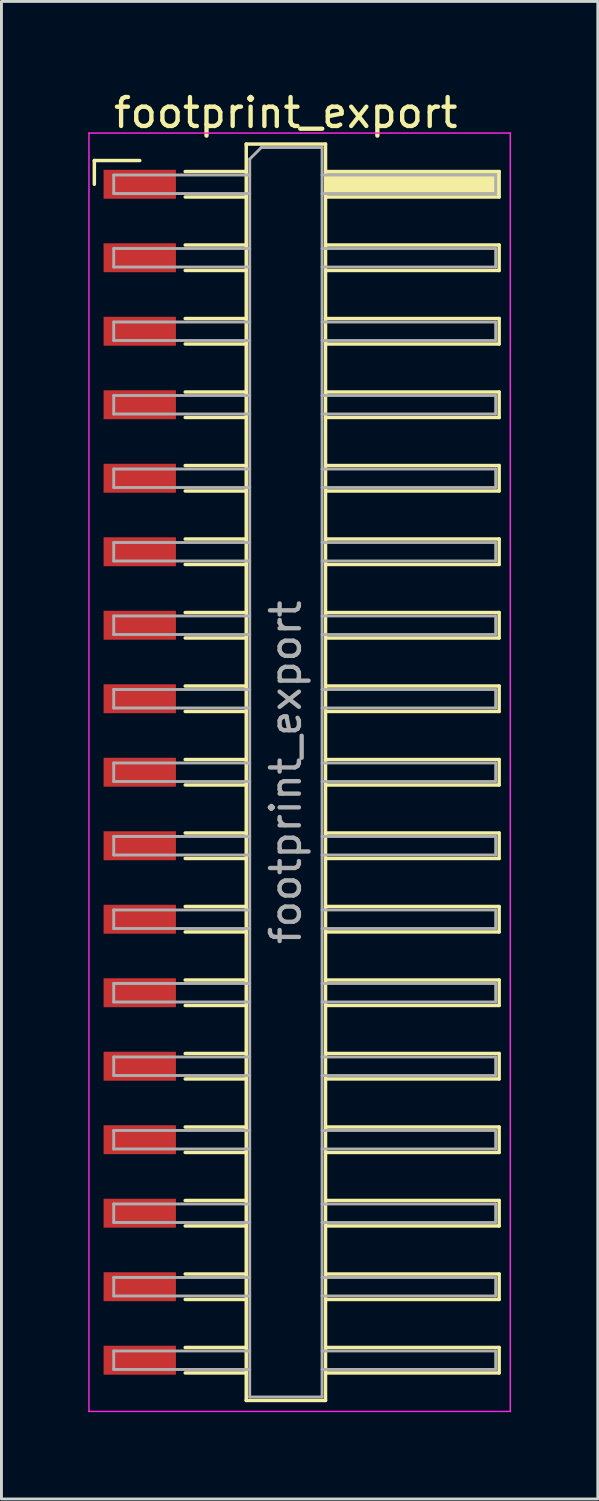
<source format=kicad_pcb>
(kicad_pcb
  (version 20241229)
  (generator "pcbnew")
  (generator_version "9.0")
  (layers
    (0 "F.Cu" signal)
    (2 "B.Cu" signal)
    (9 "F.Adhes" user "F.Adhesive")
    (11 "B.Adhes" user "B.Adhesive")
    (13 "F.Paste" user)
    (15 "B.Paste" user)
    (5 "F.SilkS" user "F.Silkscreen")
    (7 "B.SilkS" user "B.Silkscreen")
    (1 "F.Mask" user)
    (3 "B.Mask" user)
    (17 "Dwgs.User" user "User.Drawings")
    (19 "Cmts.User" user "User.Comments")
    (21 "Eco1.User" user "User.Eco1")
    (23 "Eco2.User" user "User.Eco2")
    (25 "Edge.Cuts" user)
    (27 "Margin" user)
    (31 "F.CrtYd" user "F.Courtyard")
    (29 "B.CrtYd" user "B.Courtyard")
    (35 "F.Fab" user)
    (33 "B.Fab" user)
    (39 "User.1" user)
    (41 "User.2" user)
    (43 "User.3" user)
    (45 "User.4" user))
  (footprint "footprint_export"
    (layer "F.Cu")
    (at 7.305 23.638)
    (property "Reference" "footprint_export" (at -0.48 -22.79 0) (layer "F.SilkS") (effects (font (size 1 1) (thickness 0.15))))
    (attr smd)
    (fp_line (start -7.095 -21.14) (end -5.525 -21.14) (stroke (width 0.12) (type solid)) (layer "F.SilkS"))
    (fp_line (start -7.095 -20.32) (end -7.095 -21.14) (stroke (width 0.12) (type solid)) (layer "F.SilkS"))
    (fp_line (start -3.955 -20.76) (end -1.845 -20.76) (stroke (width 0.12) (type solid)) (layer "F.SilkS"))
    (fp_line (start -3.955 -19.88) (end -1.845 -19.88) (stroke (width 0.12) (type solid)) (layer "F.SilkS"))
    (fp_line (start -3.955 -18.22) (end -1.845 -18.22) (stroke (width 0.12) (type solid)) (layer "F.SilkS"))
    (fp_line (start -3.955 -17.34) (end -1.845 -17.34) (stroke (width 0.12) (type solid)) (layer "F.SilkS"))
    (fp_line (start -3.955 -15.68) (end -1.845 -15.68) (stroke (width 0.12) (type solid)) (layer "F.SilkS"))
    (fp_line (start -3.955 -14.8) (end -1.845 -14.8) (stroke (width 0.12) (type solid)) (layer "F.SilkS"))
    (fp_line (start -3.955 -13.14) (end -1.845 -13.14) (stroke (width 0.12) (type solid)) (layer "F.SilkS"))
    (fp_line (start -3.955 -12.26) (end -1.845 -12.26) (stroke (width 0.12) (type solid)) (layer "F.SilkS"))
    (fp_line (start -3.955 -10.6) (end -1.845 -10.6) (stroke (width 0.12) (type solid)) (layer "F.SilkS"))
    (fp_line (start -3.955 -9.72) (end -1.845 -9.72) (stroke (width 0.12) (type solid)) (layer "F.SilkS"))
    (fp_line (start -3.955 -8.06) (end -1.845 -8.06) (stroke (width 0.12) (type solid)) (layer "F.SilkS"))
    (fp_line (start -3.955 -7.18) (end -1.845 -7.18) (stroke (width 0.12) (type solid)) (layer "F.SilkS"))
    (fp_line (start -3.955 -5.52) (end -1.845 -5.52) (stroke (width 0.12) (type solid)) (layer "F.SilkS"))
    (fp_line (start -3.955 -4.64) (end -1.845 -4.64) (stroke (width 0.12) (type solid)) (layer "F.SilkS"))
    (fp_line (start -3.955 -2.98) (end -1.845 -2.98) (stroke (width 0.12) (type solid)) (layer "F.SilkS"))
    (fp_line (start -3.955 -2.1) (end -1.845 -2.1) (stroke (width 0.12) (type solid)) (layer "F.SilkS"))
    (fp_line (start -3.955 -0.44) (end -1.845 -0.44) (stroke (width 0.12) (type solid)) (layer "F.SilkS"))
    (fp_line (start -3.955 0.44) (end -1.845 0.44) (stroke (width 0.12) (type solid)) (layer "F.SilkS"))
    (fp_line (start -3.955 2.1) (end -1.845 2.1) (stroke (width 0.12) (type solid)) (layer "F.SilkS"))
    (fp_line (start -3.955 2.98) (end -1.845 2.98) (stroke (width 0.12) (type solid)) (layer "F.SilkS"))
    (fp_line (start -3.955 4.64) (end -1.845 4.64) (stroke (width 0.12) (type solid)) (layer "F.SilkS"))
    (fp_line (start -3.955 5.52) (end -1.845 5.52) (stroke (width 0.12) (type solid)) (layer "F.SilkS"))
    (fp_line (start -3.955 7.18) (end -1.845 7.18) (stroke (width 0.12) (type solid)) (layer "F.SilkS"))
    (fp_line (start -3.955 8.06) (end -1.845 8.06) (stroke (width 0.12) (type solid)) (layer "F.SilkS"))
    (fp_line (start -3.955 9.72) (end -1.845 9.72) (stroke (width 0.12) (type solid)) (layer "F.SilkS"))
    (fp_line (start -3.955 10.6) (end -1.845 10.6) (stroke (width 0.12) (type solid)) (layer "F.SilkS"))
    (fp_line (start -3.955 12.26) (end -1.845 12.26) (stroke (width 0.12) (type solid)) (layer "F.SilkS"))
    (fp_line (start -3.955 13.14) (end -1.845 13.14) (stroke (width 0.12) (type solid)) (layer "F.SilkS"))
    (fp_line (start -3.955 14.8) (end -1.845 14.8) (stroke (width 0.12) (type solid)) (layer "F.SilkS"))
    (fp_line (start -3.955 15.68) (end -1.845 15.68) (stroke (width 0.12) (type solid)) (layer "F.SilkS"))
    (fp_line (start -3.955 17.34) (end -1.845 17.34) (stroke (width 0.12) (type solid)) (layer "F.SilkS"))
    (fp_line (start -3.955 18.22) (end -1.845 18.22) (stroke (width 0.12) (type solid)) (layer "F.SilkS"))
    (fp_line (start -3.955 19.88) (end -1.845 19.88) (stroke (width 0.12) (type solid)) (layer "F.SilkS"))
    (fp_line (start -3.955 20.76) (end -1.845 20.76) (stroke (width 0.12) (type solid)) (layer "F.SilkS"))
    (fp_line (start -1.845 -21.71) (end 0.895 -21.71) (stroke (width 0.12) (type solid)) (layer "F.SilkS"))
    (fp_line (start -1.845 21.71) (end -1.845 -21.71) (stroke (width 0.12) (type solid)) (layer "F.SilkS"))
    (fp_line (start 0.895 -21.71) (end 0.895 21.71) (stroke (width 0.12) (type solid)) (layer "F.SilkS"))
    (fp_line (start 0.895 -20.76) (end 6.895 -20.76) (stroke (width 0.12) (type solid)) (layer "F.SilkS"))
    (fp_line (start 0.895 -18.22) (end 6.895 -18.22) (stroke (width 0.12) (type solid)) (layer "F.SilkS"))
    (fp_line (start 0.895 -15.68) (end 6.895 -15.68) (stroke (width 0.12) (type solid)) (layer "F.SilkS"))
    (fp_line (start 0.895 -13.14) (end 6.895 -13.14) (stroke (width 0.12) (type solid)) (layer "F.SilkS"))
    (fp_line (start 0.895 -10.6) (end 6.895 -10.6) (stroke (width 0.12) (type solid)) (layer "F.SilkS"))
    (fp_line (start 0.895 -8.06) (end 6.895 -8.06) (stroke (width 0.12) (type solid)) (layer "F.SilkS"))
    (fp_line (start 0.895 -5.52) (end 6.895 -5.52) (stroke (width 0.12) (type solid)) (layer "F.SilkS"))
    (fp_line (start 0.895 -2.98) (end 6.895 -2.98) (stroke (width 0.12) (type solid)) (layer "F.SilkS"))
    (fp_line (start 0.895 -0.44) (end 6.895 -0.44) (stroke (width 0.12) (type solid)) (layer "F.SilkS"))
    (fp_line (start 0.895 2.1) (end 6.895 2.1) (stroke (width 0.12) (type solid)) (layer "F.SilkS"))
    (fp_line (start 0.895 4.64) (end 6.895 4.64) (stroke (width 0.12) (type solid)) (layer "F.SilkS"))
    (fp_line (start 0.895 7.18) (end 6.895 7.18) (stroke (width 0.12) (type solid)) (layer "F.SilkS"))
    (fp_line (start 0.895 9.72) (end 6.895 9.72) (stroke (width 0.12) (type solid)) (layer "F.SilkS"))
    (fp_line (start 0.895 12.26) (end 6.895 12.26) (stroke (width 0.12) (type solid)) (layer "F.SilkS"))
    (fp_line (start 0.895 14.8) (end 6.895 14.8) (stroke (width 0.12) (type solid)) (layer "F.SilkS"))
    (fp_line (start 0.895 17.34) (end 6.895 17.34) (stroke (width 0.12) (type solid)) (layer "F.SilkS"))
    (fp_line (start 0.895 19.88) (end 6.895 19.88) (stroke (width 0.12) (type solid)) (layer "F.SilkS"))
    (fp_line (start 0.895 21.71) (end -1.845 21.71) (stroke (width 0.12) (type solid)) (layer "F.SilkS"))
    (fp_line (start 6.895 -20.76) (end 6.895 -19.88) (stroke (width 0.12) (type solid)) (layer "F.SilkS"))
    (fp_line (start 6.895 -19.88) (end 0.895 -19.88) (stroke (width 0.12) (type solid)) (layer "F.SilkS"))
    (fp_line (start 6.895 -18.22) (end 6.895 -17.34) (stroke (width 0.12) (type solid)) (layer "F.SilkS"))
    (fp_line (start 6.895 -17.34) (end 0.895 -17.34) (stroke (width 0.12) (type solid)) (layer "F.SilkS"))
    (fp_line (start 6.895 -15.68) (end 6.895 -14.8) (stroke (width 0.12) (type solid)) (layer "F.SilkS"))
    (fp_line (start 6.895 -14.8) (end 0.895 -14.8) (stroke (width 0.12) (type solid)) (layer "F.SilkS"))
    (fp_line (start 6.895 -13.14) (end 6.895 -12.26) (stroke (width 0.12) (type solid)) (layer "F.SilkS"))
    (fp_line (start 6.895 -12.26) (end 0.895 -12.26) (stroke (width 0.12) (type solid)) (layer "F.SilkS"))
    (fp_line (start 6.895 -10.6) (end 6.895 -9.72) (stroke (width 0.12) (type solid)) (layer "F.SilkS"))
    (fp_line (start 6.895 -9.72) (end 0.895 -9.72) (stroke (width 0.12) (type solid)) (layer "F.SilkS"))
    (fp_line (start 6.895 -8.06) (end 6.895 -7.18) (stroke (width 0.12) (type solid)) (layer "F.SilkS"))
    (fp_line (start 6.895 -7.18) (end 0.895 -7.18) (stroke (width 0.12) (type solid)) (layer "F.SilkS"))
    (fp_line (start 6.895 -5.52) (end 6.895 -4.64) (stroke (width 0.12) (type solid)) (layer "F.SilkS"))
    (fp_line (start 6.895 -4.64) (end 0.895 -4.64) (stroke (width 0.12) (type solid)) (layer "F.SilkS"))
    (fp_line (start 6.895 -2.98) (end 6.895 -2.1) (stroke (width 0.12) (type solid)) (layer "F.SilkS"))
    (fp_line (start 6.895 -2.1) (end 0.895 -2.1) (stroke (width 0.12) (type solid)) (layer "F.SilkS"))
    (fp_line (start 6.895 -0.44) (end 6.895 0.44) (stroke (width 0.12) (type solid)) (layer "F.SilkS"))
    (fp_line (start 6.895 0.44) (end 0.895 0.44) (stroke (width 0.12) (type solid)) (layer "F.SilkS"))
    (fp_line (start 6.895 2.1) (end 6.895 2.98) (stroke (width 0.12) (type solid)) (layer "F.SilkS"))
    (fp_line (start 6.895 2.98) (end 0.895 2.98) (stroke (width 0.12) (type solid)) (layer "F.SilkS"))
    (fp_line (start 6.895 4.64) (end 6.895 5.52) (stroke (width 0.12) (type solid)) (layer "F.SilkS"))
    (fp_line (start 6.895 5.52) (end 0.895 5.52) (stroke (width 0.12) (type solid)) (layer "F.SilkS"))
    (fp_line (start 6.895 7.18) (end 6.895 8.06) (stroke (width 0.12) (type solid)) (layer "F.SilkS"))
    (fp_line (start 6.895 8.06) (end 0.895 8.06) (stroke (width 0.12) (type solid)) (layer "F.SilkS"))
    (fp_line (start 6.895 9.72) (end 6.895 10.6) (stroke (width 0.12) (type solid)) (layer "F.SilkS"))
    (fp_line (start 6.895 10.6) (end 0.895 10.6) (stroke (width 0.12) (type solid)) (layer "F.SilkS"))
    (fp_line (start 6.895 12.26) (end 6.895 13.14) (stroke (width 0.12) (type solid)) (layer "F.SilkS"))
    (fp_line (start 6.895 13.14) (end 0.895 13.14) (stroke (width 0.12) (type solid)) (layer "F.SilkS"))
    (fp_line (start 6.895 14.8) (end 6.895 15.68) (stroke (width 0.12) (type solid)) (layer "F.SilkS"))
    (fp_line (start 6.895 15.68) (end 0.895 15.68) (stroke (width 0.12) (type solid)) (layer "F.SilkS"))
    (fp_line (start 6.895 17.34) (end 6.895 18.22) (stroke (width 0.12) (type solid)) (layer "F.SilkS"))
    (fp_line (start 6.895 18.22) (end 0.895 18.22) (stroke (width 0.12) (type solid)) (layer "F.SilkS"))
    (fp_line (start 6.895 19.88) (end 6.895 20.76) (stroke (width 0.12) (type solid)) (layer "F.SilkS"))
    (fp_line (start 6.895 20.76) (end 0.895 20.76) (stroke (width 0.12) (type solid)) (layer "F.SilkS"))
    (fp_line (start -7.28 -22.09) (end 7.28 -22.09) (stroke (width 0.05) (type solid)) (layer "F.CrtYd"))
    (fp_line (start -7.28 22.09) (end -7.28 -22.09) (stroke (width 0.05) (type solid)) (layer "F.CrtYd"))
    (fp_line (start 7.28 -22.09) (end 7.28 22.09) (stroke (width 0.05) (type solid)) (layer "F.CrtYd"))
    (fp_line (start 7.28 22.09) (end -7.28 22.09) (stroke (width 0.05) (type solid)) (layer "F.CrtYd"))
    (fp_line (start -6.425 -20.64) (end -6.425 -20) (stroke (width 0.1) (type solid)) (layer "F.Fab"))
    (fp_line (start -6.425 -20) (end -1.725 -20) (stroke (width 0.1) (type solid)) (layer "F.Fab"))
    (fp_line (start -6.425 -18.1) (end -6.425 -17.46) (stroke (width 0.1) (type solid)) (layer "F.Fab"))
    (fp_line (start -6.425 -17.46) (end -1.725 -17.46) (stroke (width 0.1) (type solid)) (layer "F.Fab"))
    (fp_line (start -6.425 -15.56) (end -6.425 -14.92) (stroke (width 0.1) (type solid)) (layer "F.Fab"))
    (fp_line (start -6.425 -14.92) (end -1.725 -14.92) (stroke (width 0.1) (type solid)) (layer "F.Fab"))
    (fp_line (start -6.425 -13.02) (end -6.425 -12.38) (stroke (width 0.1) (type solid)) (layer "F.Fab"))
    (fp_line (start -6.425 -12.38) (end -1.725 -12.38) (stroke (width 0.1) (type solid)) (layer "F.Fab"))
    (fp_line (start -6.425 -10.48) (end -6.425 -9.84) (stroke (width 0.1) (type solid)) (layer "F.Fab"))
    (fp_line (start -6.425 -9.84) (end -1.725 -9.84) (stroke (width 0.1) (type solid)) (layer "F.Fab"))
    (fp_line (start -6.425 -7.94) (end -6.425 -7.3) (stroke (width 0.1) (type solid)) (layer "F.Fab"))
    (fp_line (start -6.425 -7.3) (end -1.725 -7.3) (stroke (width 0.1) (type solid)) (layer "F.Fab"))
    (fp_line (start -6.425 -5.4) (end -6.425 -4.76) (stroke (width 0.1) (type solid)) (layer "F.Fab"))
    (fp_line (start -6.425 -4.76) (end -1.725 -4.76) (stroke (width 0.1) (type solid)) (layer "F.Fab"))
    (fp_line (start -6.425 -2.86) (end -6.425 -2.22) (stroke (width 0.1) (type solid)) (layer "F.Fab"))
    (fp_line (start -6.425 -2.22) (end -1.725 -2.22) (stroke (width 0.1) (type solid)) (layer "F.Fab"))
    (fp_line (start -6.425 -0.32) (end -6.425 0.32) (stroke (width 0.1) (type solid)) (layer "F.Fab"))
    (fp_line (start -6.425 0.32) (end -1.725 0.32) (stroke (width 0.1) (type solid)) (layer "F.Fab"))
    (fp_line (start -6.425 2.22) (end -6.425 2.86) (stroke (width 0.1) (type solid)) (layer "F.Fab"))
    (fp_line (start -6.425 2.86) (end -1.725 2.86) (stroke (width 0.1) (type solid)) (layer "F.Fab"))
    (fp_line (start -6.425 4.76) (end -6.425 5.4) (stroke (width 0.1) (type solid)) (layer "F.Fab"))
    (fp_line (start -6.425 5.4) (end -1.725 5.4) (stroke (width 0.1) (type solid)) (layer "F.Fab"))
    (fp_line (start -6.425 7.3) (end -6.425 7.94) (stroke (width 0.1) (type solid)) (layer "F.Fab"))
    (fp_line (start -6.425 7.94) (end -1.725 7.94) (stroke (width 0.1) (type solid)) (layer "F.Fab"))
    (fp_line (start -6.425 9.84) (end -6.425 10.48) (stroke (width 0.1) (type solid)) (layer "F.Fab"))
    (fp_line (start -6.425 10.48) (end -1.725 10.48) (stroke (width 0.1) (type solid)) (layer "F.Fab"))
    (fp_line (start -6.425 12.38) (end -6.425 13.02) (stroke (width 0.1) (type solid)) (layer "F.Fab"))
    (fp_line (start -6.425 13.02) (end -1.725 13.02) (stroke (width 0.1) (type solid)) (layer "F.Fab"))
    (fp_line (start -6.425 14.92) (end -6.425 15.56) (stroke (width 0.1) (type solid)) (layer "F.Fab"))
    (fp_line (start -6.425 15.56) (end -1.725 15.56) (stroke (width 0.1) (type solid)) (layer "F.Fab"))
    (fp_line (start -6.425 17.46) (end -6.425 18.1) (stroke (width 0.1) (type solid)) (layer "F.Fab"))
    (fp_line (start -6.425 18.1) (end -1.725 18.1) (stroke (width 0.1) (type solid)) (layer "F.Fab"))
    (fp_line (start -6.425 20) (end -6.425 20.64) (stroke (width 0.1) (type solid)) (layer "F.Fab"))
    (fp_line (start -6.425 20.64) (end -1.725 20.64) (stroke (width 0.1) (type solid)) (layer "F.Fab"))
    (fp_line (start -1.725 -21.19) (end -1.325 -21.59) (stroke (width 0.1) (type solid)) (layer "F.Fab"))
    (fp_line (start -1.725 -20.64) (end -6.425 -20.64) (stroke (width 0.1) (type solid)) (layer "F.Fab"))
    (fp_line (start -1.725 -18.1) (end -6.425 -18.1) (stroke (width 0.1) (type solid)) (layer "F.Fab"))
    (fp_line (start -1.725 -15.56) (end -6.425 -15.56) (stroke (width 0.1) (type solid)) (layer "F.Fab"))
    (fp_line (start -1.725 -13.02) (end -6.425 -13.02) (stroke (width 0.1) (type solid)) (layer "F.Fab"))
    (fp_line (start -1.725 -10.48) (end -6.425 -10.48) (stroke (width 0.1) (type solid)) (layer "F.Fab"))
    (fp_line (start -1.725 -7.94) (end -6.425 -7.94) (stroke (width 0.1) (type solid)) (layer "F.Fab"))
    (fp_line (start -1.725 -5.4) (end -6.425 -5.4) (stroke (width 0.1) (type solid)) (layer "F.Fab"))
    (fp_line (start -1.725 -2.86) (end -6.425 -2.86) (stroke (width 0.1) (type solid)) (layer "F.Fab"))
    (fp_line (start -1.725 -0.32) (end -6.425 -0.32) (stroke (width 0.1) (type solid)) (layer "F.Fab"))
    (fp_line (start -1.725 2.22) (end -6.425 2.22) (stroke (width 0.1) (type solid)) (layer "F.Fab"))
    (fp_line (start -1.725 4.76) (end -6.425 4.76) (stroke (width 0.1) (type solid)) (layer "F.Fab"))
    (fp_line (start -1.725 7.3) (end -6.425 7.3) (stroke (width 0.1) (type solid)) (layer "F.Fab"))
    (fp_line (start -1.725 9.84) (end -6.425 9.84) (stroke (width 0.1) (type solid)) (layer "F.Fab"))
    (fp_line (start -1.725 12.38) (end -6.425 12.38) (stroke (width 0.1) (type solid)) (layer "F.Fab"))
    (fp_line (start -1.725 14.92) (end -6.425 14.92) (stroke (width 0.1) (type solid)) (layer "F.Fab"))
    (fp_line (start -1.725 17.46) (end -6.425 17.46) (stroke (width 0.1) (type solid)) (layer "F.Fab"))
    (fp_line (start -1.725 20) (end -6.425 20) (stroke (width 0.1) (type solid)) (layer "F.Fab"))
    (fp_line (start -1.725 21.59) (end -1.725 -21.19) (stroke (width 0.1) (type solid)) (layer "F.Fab"))
    (fp_line (start -1.325 -21.59) (end 0.775 -21.59) (stroke (width 0.1) (type solid)) (layer "F.Fab"))
    (fp_line (start 0.775 -21.59) (end 0.775 21.59) (stroke (width 0.1) (type solid)) (layer "F.Fab"))
    (fp_line (start 0.775 -20.64) (end 6.775 -20.64) (stroke (width 0.1) (type solid)) (layer "F.Fab"))
    (fp_line (start 0.775 -18.1) (end 6.775 -18.1) (stroke (width 0.1) (type solid)) (layer "F.Fab"))
    (fp_line (start 0.775 -15.56) (end 6.775 -15.56) (stroke (width 0.1) (type solid)) (layer "F.Fab"))
    (fp_line (start 0.775 -13.02) (end 6.775 -13.02) (stroke (width 0.1) (type solid)) (layer "F.Fab"))
    (fp_line (start 0.775 -10.48) (end 6.775 -10.48) (stroke (width 0.1) (type solid)) (layer "F.Fab"))
    (fp_line (start 0.775 -7.94) (end 6.775 -7.94) (stroke (width 0.1) (type solid)) (layer "F.Fab"))
    (fp_line (start 0.775 -5.4) (end 6.775 -5.4) (stroke (width 0.1) (type solid)) (layer "F.Fab"))
    (fp_line (start 0.775 -2.86) (end 6.775 -2.86) (stroke (width 0.1) (type solid)) (layer "F.Fab"))
    (fp_line (start 0.775 -0.32) (end 6.775 -0.32) (stroke (width 0.1) (type solid)) (layer "F.Fab"))
    (fp_line (start 0.775 2.22) (end 6.775 2.22) (stroke (width 0.1) (type solid)) (layer "F.Fab"))
    (fp_line (start 0.775 4.76) (end 6.775 4.76) (stroke (width 0.1) (type solid)) (layer "F.Fab"))
    (fp_line (start 0.775 7.3) (end 6.775 7.3) (stroke (width 0.1) (type solid)) (layer "F.Fab"))
    (fp_line (start 0.775 9.84) (end 6.775 9.84) (stroke (width 0.1) (type solid)) (layer "F.Fab"))
    (fp_line (start 0.775 12.38) (end 6.775 12.38) (stroke (width 0.1) (type solid)) (layer "F.Fab"))
    (fp_line (start 0.775 14.92) (end 6.775 14.92) (stroke (width 0.1) (type solid)) (layer "F.Fab"))
    (fp_line (start 0.775 17.46) (end 6.775 17.46) (stroke (width 0.1) (type solid)) (layer "F.Fab"))
    (fp_line (start 0.775 20) (end 6.775 20) (stroke (width 0.1) (type solid)) (layer "F.Fab"))
    (fp_line (start 0.775 21.59) (end -1.725 21.59) (stroke (width 0.1) (type solid)) (layer "F.Fab"))
    (fp_line (start 6.775 -20.64) (end 6.775 -20) (stroke (width 0.1) (type solid)) (layer "F.Fab"))
    (fp_line (start 6.775 -20) (end 0.775 -20) (stroke (width 0.1) (type solid)) (layer "F.Fab"))
    (fp_line (start 6.775 -18.1) (end 6.775 -17.46) (stroke (width 0.1) (type solid)) (layer "F.Fab"))
    (fp_line (start 6.775 -17.46) (end 0.775 -17.46) (stroke (width 0.1) (type solid)) (layer "F.Fab"))
    (fp_line (start 6.775 -15.56) (end 6.775 -14.92) (stroke (width 0.1) (type solid)) (layer "F.Fab"))
    (fp_line (start 6.775 -14.92) (end 0.775 -14.92) (stroke (width 0.1) (type solid)) (layer "F.Fab"))
    (fp_line (start 6.775 -13.02) (end 6.775 -12.38) (stroke (width 0.1) (type solid)) (layer "F.Fab"))
    (fp_line (start 6.775 -12.38) (end 0.775 -12.38) (stroke (width 0.1) (type solid)) (layer "F.Fab"))
    (fp_line (start 6.775 -10.48) (end 6.775 -9.84) (stroke (width 0.1) (type solid)) (layer "F.Fab"))
    (fp_line (start 6.775 -9.84) (end 0.775 -9.84) (stroke (width 0.1) (type solid)) (layer "F.Fab"))
    (fp_line (start 6.775 -7.94) (end 6.775 -7.3) (stroke (width 0.1) (type solid)) (layer "F.Fab"))
    (fp_line (start 6.775 -7.3) (end 0.775 -7.3) (stroke (width 0.1) (type solid)) (layer "F.Fab"))
    (fp_line (start 6.775 -5.4) (end 6.775 -4.76) (stroke (width 0.1) (type solid)) (layer "F.Fab"))
    (fp_line (start 6.775 -4.76) (end 0.775 -4.76) (stroke (width 0.1) (type solid)) (layer "F.Fab"))
    (fp_line (start 6.775 -2.86) (end 6.775 -2.22) (stroke (width 0.1) (type solid)) (layer "F.Fab"))
    (fp_line (start 6.775 -2.22) (end 0.775 -2.22) (stroke (width 0.1) (type solid)) (layer "F.Fab"))
    (fp_line (start 6.775 -0.32) (end 6.775 0.32) (stroke (width 0.1) (type solid)) (layer "F.Fab"))
    (fp_line (start 6.775 0.32) (end 0.775 0.32) (stroke (width 0.1) (type solid)) (layer "F.Fab"))
    (fp_line (start 6.775 2.22) (end 6.775 2.86) (stroke (width 0.1) (type solid)) (layer "F.Fab"))
    (fp_line (start 6.775 2.86) (end 0.775 2.86) (stroke (width 0.1) (type solid)) (layer "F.Fab"))
    (fp_line (start 6.775 4.76) (end 6.775 5.4) (stroke (width 0.1) (type solid)) (layer "F.Fab"))
    (fp_line (start 6.775 5.4) (end 0.775 5.4) (stroke (width 0.1) (type solid)) (layer "F.Fab"))
    (fp_line (start 6.775 7.3) (end 6.775 7.94) (stroke (width 0.1) (type solid)) (layer "F.Fab"))
    (fp_line (start 6.775 7.94) (end 0.775 7.94) (stroke (width 0.1) (type solid)) (layer "F.Fab"))
    (fp_line (start 6.775 9.84) (end 6.775 10.48) (stroke (width 0.1) (type solid)) (layer "F.Fab"))
    (fp_line (start 6.775 10.48) (end 0.775 10.48) (stroke (width 0.1) (type solid)) (layer "F.Fab"))
    (fp_line (start 6.775 12.38) (end 6.775 13.02) (stroke (width 0.1) (type solid)) (layer "F.Fab"))
    (fp_line (start 6.775 13.02) (end 0.775 13.02) (stroke (width 0.1) (type solid)) (layer "F.Fab"))
    (fp_line (start 6.775 14.92) (end 6.775 15.56) (stroke (width 0.1) (type solid)) (layer "F.Fab"))
    (fp_line (start 6.775 15.56) (end 0.775 15.56) (stroke (width 0.1) (type solid)) (layer "F.Fab"))
    (fp_line (start 6.775 17.46) (end 6.775 18.1) (stroke (width 0.1) (type solid)) (layer "F.Fab"))
    (fp_line (start 6.775 18.1) (end 0.775 18.1) (stroke (width 0.1) (type solid)) (layer "F.Fab"))
    (fp_line (start 6.775 20) (end 6.775 20.64) (stroke (width 0.1) (type solid)) (layer "F.Fab"))
    (fp_line (start 6.775 20.64) (end 0.775 20.64) (stroke (width 0.1) (type solid)) (layer "F.Fab"))
    (fp_text user "${REFERENCE}" (at -0.48 0 90) (layer "F.Fab") (effects (font (size 1 1) (thickness 0.15))))
    (pad "" smd rect (at 3.895 -20.32) (size 6 0.76) (layers "F.SilkS"))
    (pad "1" smd rect (at -5.525 -20.32) (size 2.5 1) (layers "F.Cu" "F.Mask" "F.Paste"))
    (pad "2" smd rect (at -5.525 -17.78) (size 2.5 1) (layers "F.Cu" "F.Mask" "F.Paste"))
    (pad "3" smd rect (at -5.525 -15.24) (size 2.5 1) (layers "F.Cu" "F.Mask" "F.Paste"))
    (pad "4" smd rect (at -5.525 -12.7) (size 2.5 1) (layers "F.Cu" "F.Mask" "F.Paste"))
    (pad "5" smd rect (at -5.525 -10.16) (size 2.5 1) (layers "F.Cu" "F.Mask" "F.Paste"))
    (pad "6" smd rect (at -5.525 -7.62) (size 2.5 1) (layers "F.Cu" "F.Mask" "F.Paste"))
    (pad "7" smd rect (at -5.525 -5.08) (size 2.5 1) (layers "F.Cu" "F.Mask" "F.Paste"))
    (pad "8" smd rect (at -5.525 -2.54) (size 2.5 1) (layers "F.Cu" "F.Mask" "F.Paste"))
    (pad "9" smd rect (at -5.525 0) (size 2.5 1) (layers "F.Cu" "F.Mask" "F.Paste"))
    (pad "10" smd rect (at -5.525 2.54) (size 2.5 1) (layers "F.Cu" "F.Mask" "F.Paste"))
    (pad "11" smd rect (at -5.525 5.08) (size 2.5 1) (layers "F.Cu" "F.Mask" "F.Paste"))
    (pad "12" smd rect (at -5.525 7.62) (size 2.5 1) (layers "F.Cu" "F.Mask" "F.Paste"))
    (pad "13" smd rect (at -5.525 10.16) (size 2.5 1) (layers "F.Cu" "F.Mask" "F.Paste"))
    (pad "14" smd rect (at -5.525 12.7) (size 2.5 1) (layers "F.Cu" "F.Mask" "F.Paste"))
    (pad "15" smd rect (at -5.525 15.24) (size 2.5 1) (layers "F.Cu" "F.Mask" "F.Paste"))
    (pad "16" smd rect (at -5.525 17.78) (size 2.5 1) (layers "F.Cu" "F.Mask" "F.Paste"))
    (pad "17" smd rect (at -5.525 20.32) (size 2.5 1) (layers "F.Cu" "F.Mask" "F.Paste")))
  (gr_rect
    (start -3 -3)
    (end 17.61 48.753)
    (stroke (width 0.1) (type default))
    (fill no)
    (layer "Edge.Cuts")))
</source>
